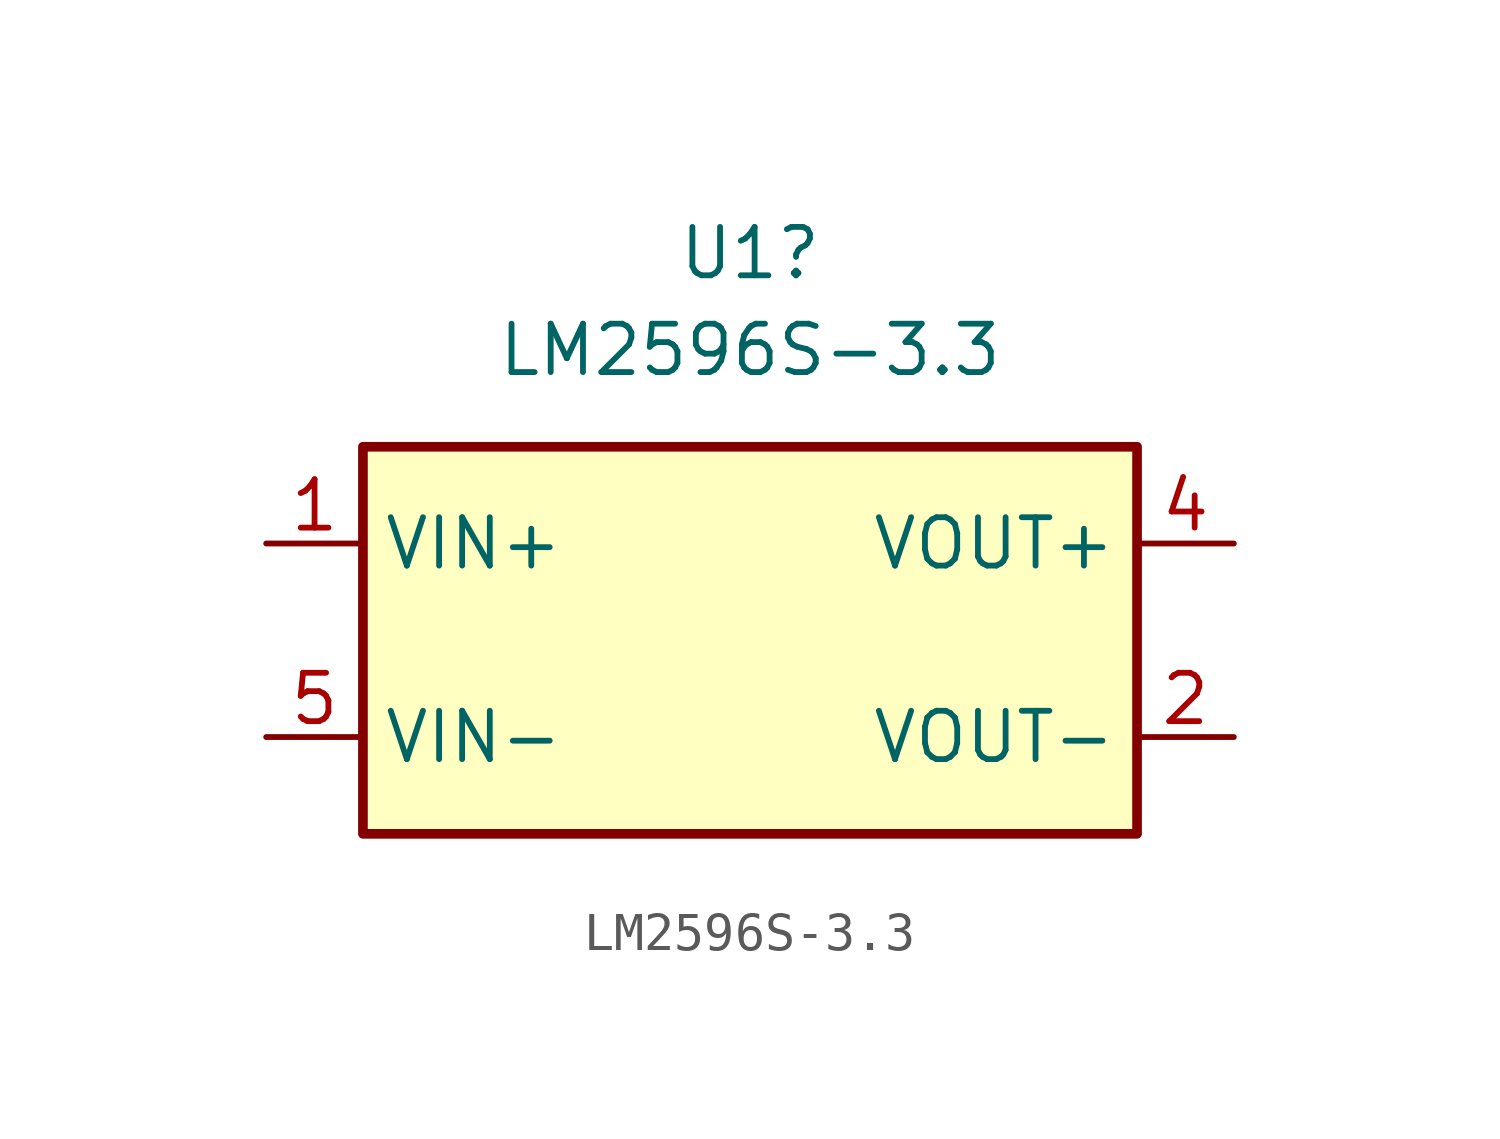
<source format=kicad_sym>
(kicad_symbol_lib
  (version 20231120)
  (generator "kicad_symbol_editor")
  (generator_version "8.0")
  (symbol "LM2596S-3.3"
    (property "Reference" "U1"
      (at 0 10.16 0)
      (effects (font (size 1.27 1.27))))
    (property "Value" "LM2596S-3.3"
      (at 0 7.62 0)
      (effects (font (size 1.27 1.27))))
    (symbol "LM2596S-3.3_0_1"
      (rectangle (start -10.16 5.08) (end 10.16 -5.08) (stroke (width 0.254) (type default)) (fill (type background))))
    (symbol "LM2596S-3.3_1_1"
      (pin power_in line (at -12.7 2.54 0) (length 2.54) (name "VIN+" (effects (font (size 1.27 1.27)))) (number "1" (effects (font (size 1.27 1.27)))))
      (pin power_out line (at 12.7 -2.54 180) (length 2.54) (name "VOUT-" (effects (font (size 1.27 1.27)))) (number "2" (effects (font (size 1.27 1.27)))))
      (pin power_out line (at 12.7 2.54 180) (length 2.54) (name "VOUT+" (effects (font (size 1.27 1.27)))) (number "4" (effects (font (size 1.27 1.27)))))
      (pin power_in line (at -12.7 -2.54 0) (length 2.54) (name "VIN-" (effects (font (size 1.27 1.27)))) (number "5" (effects (font (size 1.27 1.27))))))))
</source>
